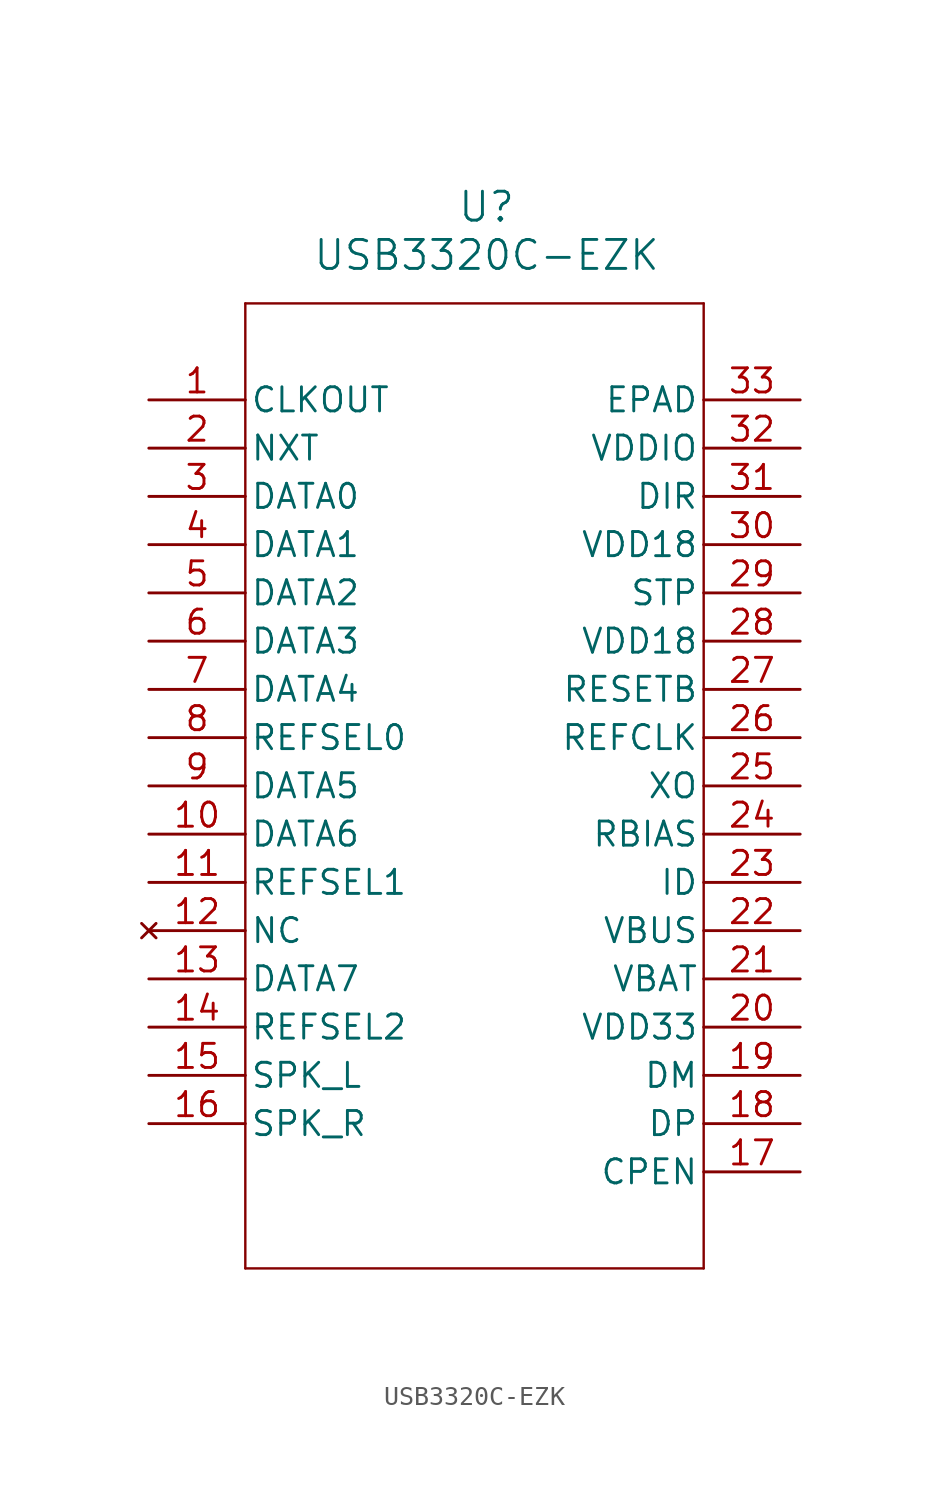
<source format=kicad_sym>
(kicad_symbol_lib
  (version 20241209)
  (generator "kicad_symbol_editor")
  (generator_version "9.0")
  (symbol "USB3320C-EZK"
    (pin_names
      (offset 0.254))
    (property "Reference" "U"
      (at 35.56 10.16 0)
      (effects (font (size 1.524 1.524))))
    (property "Value" "USB3320C-EZK"
      (at 35.56 7.62 0)
      (effects (font (size 1.524 1.524))))
    (symbol "USB3320C-EZK_0_1"
      (polyline (pts (xy 22.86 5.08) (xy 22.86 -45.72)) (stroke (width 0.127) (type default)) (fill (type none)))
      (polyline (pts (xy 22.86 -45.72) (xy 46.99 -45.72)) (stroke (width 0.127) (type default)) (fill (type none)))
      (polyline (pts (xy 46.99 5.08) (xy 22.86 5.08)) (stroke (width 0.127) (type default)) (fill (type none)))
      (polyline (pts (xy 46.99 -45.72) (xy 46.99 5.08)) (stroke (width 0.127) (type default)) (fill (type none)))
      (pin output line (at 17.78 0 0) (length 5.08) (name "CLKOUT" (effects (font (size 1.27 1.27)))) (number "1" (effects (font (size 1.27 1.27)))))
      (pin output line (at 17.78 -2.54 0) (length 5.08) (name "NXT" (effects (font (size 1.27 1.27)))) (number "2" (effects (font (size 1.27 1.27)))))
      (pin bidirectional line (at 17.78 -5.08 0) (length 5.08) (name "DATA0" (effects (font (size 1.27 1.27)))) (number "3" (effects (font (size 1.27 1.27)))))
      (pin bidirectional line (at 17.78 -7.62 0) (length 5.08) (name "DATA1" (effects (font (size 1.27 1.27)))) (number "4" (effects (font (size 1.27 1.27)))))
      (pin bidirectional line (at 17.78 -10.16 0) (length 5.08) (name "DATA2" (effects (font (size 1.27 1.27)))) (number "5" (effects (font (size 1.27 1.27)))))
      (pin bidirectional line (at 17.78 -12.7 0) (length 5.08) (name "DATA3" (effects (font (size 1.27 1.27)))) (number "6" (effects (font (size 1.27 1.27)))))
      (pin bidirectional line (at 17.78 -15.24 0) (length 5.08) (name "DATA4" (effects (font (size 1.27 1.27)))) (number "7" (effects (font (size 1.27 1.27)))))
      (pin input line (at 17.78 -17.78 0) (length 5.08) (name "REFSEL0" (effects (font (size 1.27 1.27)))) (number "8" (effects (font (size 1.27 1.27)))))
      (pin bidirectional line (at 17.78 -20.32 0) (length 5.08) (name "DATA5" (effects (font (size 1.27 1.27)))) (number "9" (effects (font (size 1.27 1.27)))))
      (pin bidirectional line (at 17.78 -22.86 0) (length 5.08) (name "DATA6" (effects (font (size 1.27 1.27)))) (number "10" (effects (font (size 1.27 1.27)))))
      (pin input line (at 17.78 -25.4 0) (length 5.08) (name "REFSEL1" (effects (font (size 1.27 1.27)))) (number "11" (effects (font (size 1.27 1.27)))))
      (pin no_connect line (at 17.78 -27.94 0) (length 5.08) (name "NC" (effects (font (size 1.27 1.27)))) (number "12" (effects (font (size 1.27 1.27)))))
      (pin bidirectional line (at 17.78 -30.48 0) (length 5.08) (name "DATA7" (effects (font (size 1.27 1.27)))) (number "13" (effects (font (size 1.27 1.27)))))
      (pin input line (at 17.78 -33.02 0) (length 5.08) (name "REFSEL2" (effects (font (size 1.27 1.27)))) (number "14" (effects (font (size 1.27 1.27)))))
      (pin bidirectional line (at 17.78 -35.56 0) (length 5.08) (name "SPK_L" (effects (font (size 1.27 1.27)))) (number "15" (effects (font (size 1.27 1.27)))))
      (pin bidirectional line (at 17.78 -38.1 0) (length 5.08) (name "SPK_R" (effects (font (size 1.27 1.27)))) (number "16" (effects (font (size 1.27 1.27)))))
      (pin unspecified line (at 52.07 0 180) (length 5.08) (name "EPAD" (effects (font (size 1.27 1.27)))) (number "33" (effects (font (size 1.27 1.27)))))
      (pin power_in line (at 52.07 -2.54 180) (length 5.08) (name "VDDIO" (effects (font (size 1.27 1.27)))) (number "32" (effects (font (size 1.27 1.27)))))
      (pin output line (at 52.07 -5.08 180) (length 5.08) (name "DIR" (effects (font (size 1.27 1.27)))) (number "31" (effects (font (size 1.27 1.27)))))
      (pin power_in line (at 52.07 -7.62 180) (length 5.08) (name "VDD18" (effects (font (size 1.27 1.27)))) (number "30" (effects (font (size 1.27 1.27)))))
      (pin input line (at 52.07 -10.16 180) (length 5.08) (name "STP" (effects (font (size 1.27 1.27)))) (number "29" (effects (font (size 1.27 1.27)))))
      (pin power_in line (at 52.07 -12.7 180) (length 5.08) (name "VDD18" (effects (font (size 1.27 1.27)))) (number "28" (effects (font (size 1.27 1.27)))))
      (pin input line (at 52.07 -15.24 180) (length 5.08) (name "RESETB" (effects (font (size 1.27 1.27)))) (number "27" (effects (font (size 1.27 1.27)))))
      (pin input line (at 52.07 -17.78 180) (length 5.08) (name "REFCLK" (effects (font (size 1.27 1.27)))) (number "26" (effects (font (size 1.27 1.27)))))
      (pin output line (at 52.07 -20.32 180) (length 5.08) (name "XO" (effects (font (size 1.27 1.27)))) (number "25" (effects (font (size 1.27 1.27)))))
      (pin unspecified line (at 52.07 -22.86 180) (length 5.08) (name "RBIAS" (effects (font (size 1.27 1.27)))) (number "24" (effects (font (size 1.27 1.27)))))
      (pin input line (at 52.07 -25.4 180) (length 5.08) (name "ID" (effects (font (size 1.27 1.27)))) (number "23" (effects (font (size 1.27 1.27)))))
      (pin bidirectional line (at 52.07 -27.94 180) (length 5.08) (name "VBUS" (effects (font (size 1.27 1.27)))) (number "22" (effects (font (size 1.27 1.27)))))
      (pin power_in line (at 52.07 -30.48 180) (length 5.08) (name "VBAT" (effects (font (size 1.27 1.27)))) (number "21" (effects (font (size 1.27 1.27)))))
      (pin power_in line (at 52.07 -33.02 180) (length 5.08) (name "VDD33" (effects (font (size 1.27 1.27)))) (number "20" (effects (font (size 1.27 1.27)))))
      (pin bidirectional line (at 52.07 -35.56 180) (length 5.08) (name "DM" (effects (font (size 1.27 1.27)))) (number "19" (effects (font (size 1.27 1.27)))))
      (pin bidirectional line (at 52.07 -38.1 180) (length 5.08) (name "DP" (effects (font (size 1.27 1.27)))) (number "18" (effects (font (size 1.27 1.27)))))
      (pin output line (at 52.07 -40.64 180) (length 5.08) (name "CPEN" (effects (font (size 1.27 1.27)))) (number "17" (effects (font (size 1.27 1.27))))))))
</source>
